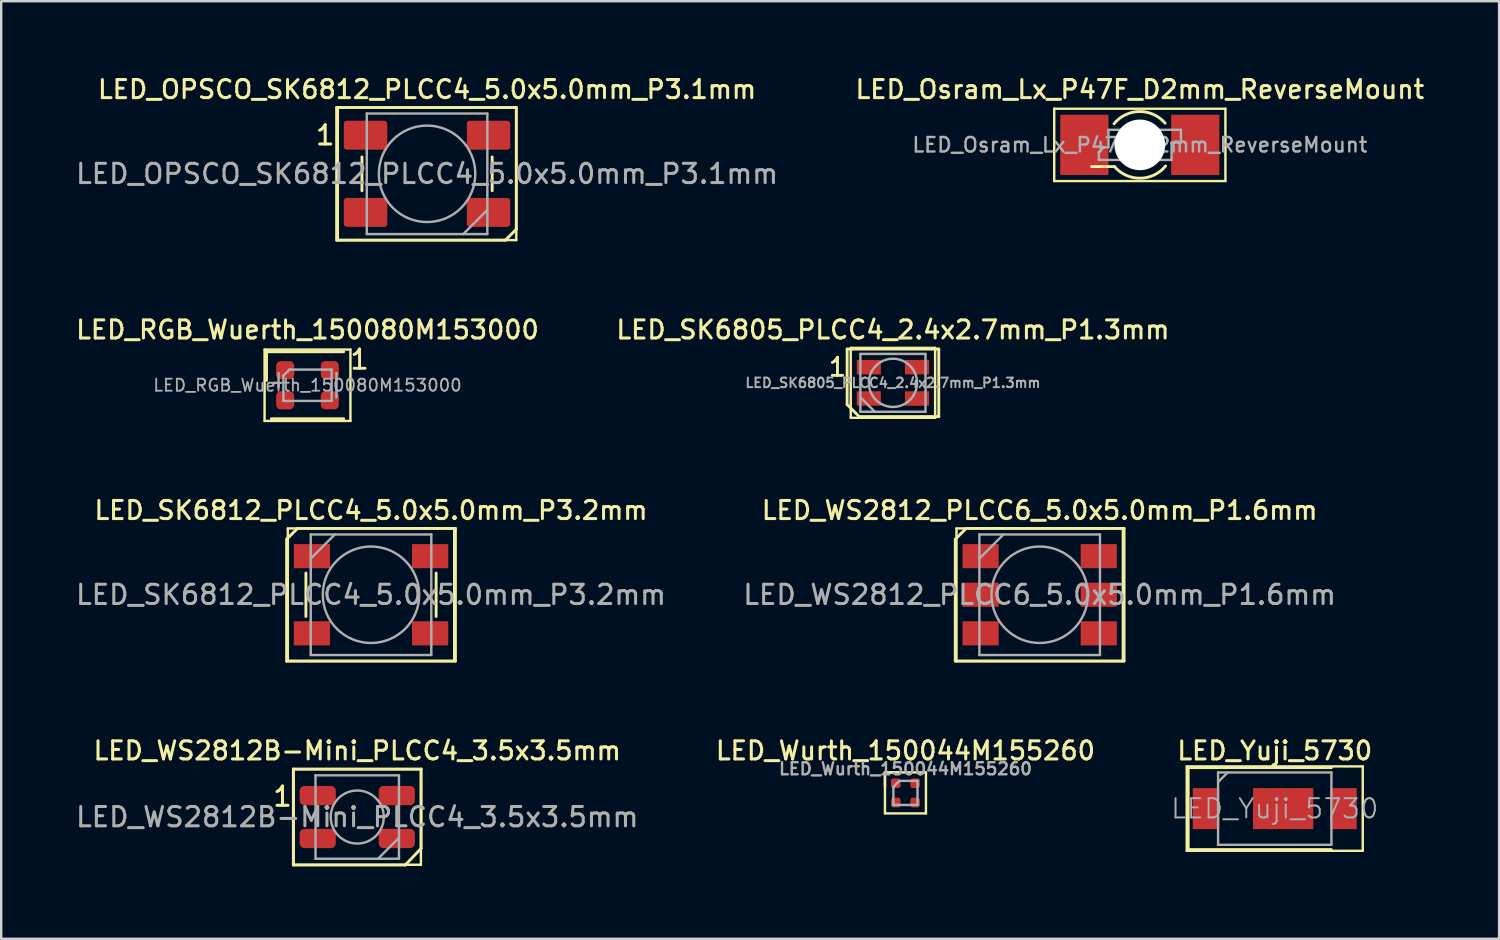
<source format=kicad_pcb>
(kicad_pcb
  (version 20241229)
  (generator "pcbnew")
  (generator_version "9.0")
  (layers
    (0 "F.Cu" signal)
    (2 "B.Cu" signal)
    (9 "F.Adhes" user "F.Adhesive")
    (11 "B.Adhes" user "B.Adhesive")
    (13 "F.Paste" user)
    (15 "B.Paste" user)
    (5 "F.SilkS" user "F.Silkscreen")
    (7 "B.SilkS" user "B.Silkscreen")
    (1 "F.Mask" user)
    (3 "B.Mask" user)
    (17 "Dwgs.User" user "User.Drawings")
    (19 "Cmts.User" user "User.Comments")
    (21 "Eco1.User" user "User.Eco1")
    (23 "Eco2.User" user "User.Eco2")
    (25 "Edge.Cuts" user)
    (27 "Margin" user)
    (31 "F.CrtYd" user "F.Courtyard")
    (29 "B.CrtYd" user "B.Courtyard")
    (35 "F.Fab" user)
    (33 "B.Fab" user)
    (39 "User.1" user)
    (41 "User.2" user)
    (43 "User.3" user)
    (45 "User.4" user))
  (footprint "LED_Yuji_5730"
    (layer "F.Cu")
    (at 49.813 30.483)
    (property "Reference" "LED_Yuji_5730" (at 0 -2.4 0) (layer "F.SilkS") (effects (font (size 0.75 0.75) (thickness 0.125))))
    (attr smd)
    (fp_line (start -3.65 -1.75) (end 3.65 -1.75) (stroke (width 0.1) (type solid)) (layer "F.SilkS"))
    (fp_line (start -3.65 1.75) (end -3.65 -1.75) (stroke (width 0.1) (type solid)) (layer "F.SilkS"))
    (fp_line (start -3.59 -1.7) (end 2.35 -1.7) (stroke (width 0.12) (type solid)) (layer "F.SilkS"))
    (fp_line (start -3.59 1.7) (end -3.59 -1.7) (stroke (width 0.12) (type solid)) (layer "F.SilkS"))
    (fp_line (start 2.35 1.7) (end -3.59 1.7) (stroke (width 0.12) (type solid)) (layer "F.SilkS"))
    (fp_line (start 3.65 -1.75) (end 3.65 1.75) (stroke (width 0.1) (type solid)) (layer "F.SilkS"))
    (fp_line (start 3.65 1.75) (end -3.65 1.75) (stroke (width 0.1) (type solid)) (layer "F.SilkS"))
    (fp_line (start -2.35 -1.5) (end 2.35 -1.5) (stroke (width 0.1) (type solid)) (layer "F.Fab"))
    (fp_line (start -2.35 -1.1) (end -1.95 -1.5) (stroke (width 0.1) (type solid)) (layer "F.Fab"))
    (fp_line (start -2.35 1.5) (end -2.35 -1.5) (stroke (width 0.1) (type solid)) (layer "F.Fab"))
    (fp_line (start 2.35 -1.5) (end 2.35 1.5) (stroke (width 0.1) (type solid)) (layer "F.Fab"))
    (fp_line (start 2.35 1.5) (end -2.35 1.5) (stroke (width 0.1) (type solid)) (layer "F.Fab"))
    (fp_text user "${REFERENCE}" (at 0 0 0) (layer "F.Fab") (effects (font (size 0.8 0.8) (thickness 0.08))))
    (pad "1" smd rect (at -2.85 0) (size 1.1 1.7) (layers "F.Cu" "F.Mask" "F.Paste"))
    (pad "2" smd rect (at 0.35 0) (size 2.5 1.7) (layers "F.Cu" "F.Mask" "F.Paste"))
    (pad "2" smd rect (at 2.85 0) (size 1.1 1.7) (layers "F.Cu" "F.Mask" "F.Paste")))
  (footprint "LED_WS2812_PLCC6_5.0x5.0mm_P1.6mm"
    (layer "F.Cu")
    (at 40.065 21.614)
    (property "Reference" "LED_WS2812_PLCC6_5.0x5.0mm_P1.6mm" (at 0 -3.5 0) (layer "F.SilkS") (effects (font (size 0.75 0.75) (thickness 0.125))))
    (attr smd)
    (fp_line (start -3.5 -2.3) (end -3.5 2.75) (stroke (width 0.12) (type default)) (layer "F.SilkS"))
    (fp_line (start -3.45 -2.75) (end -3.45 2.75) (stroke (width 0.1) (type solid)) (layer "F.SilkS"))
    (fp_line (start -3.45 2.75) (end 3.45 2.75) (stroke (width 0.1) (type solid)) (layer "F.SilkS"))
    (fp_line (start -3.05 -2.75) (end -3.5 -2.3) (stroke (width 0.12) (type default)) (layer "F.SilkS"))
    (fp_line (start 3.45 -2.75) (end -3.45 -2.75) (stroke (width 0.1) (type solid)) (layer "F.SilkS"))
    (fp_line (start 3.45 2.75) (end 3.45 -2.75) (stroke (width 0.1) (type solid)) (layer "F.SilkS"))
    (fp_line (start 3.5 -2.75) (end -3.05 -2.75) (stroke (width 0.12) (type solid)) (layer "F.SilkS"))
    (fp_line (start 3.5 2.75) (end -3.5 2.75) (stroke (width 0.12) (type solid)) (layer "F.SilkS"))
    (fp_line (start 3.5 2.75) (end 3.5 -2.75) (stroke (width 0.12) (type default)) (layer "F.SilkS"))
    (fp_line (start -2.5 -2.5) (end 2.5 -2.5) (stroke (width 0.1) (type solid)) (layer "F.Fab"))
    (fp_line (start -2.5 -1.5) (end -1.5 -2.5) (stroke (width 0.1) (type solid)) (layer "F.Fab"))
    (fp_line (start -2.5 2.5) (end -2.5 -2.5) (stroke (width 0.1) (type solid)) (layer "F.Fab"))
    (fp_line (start 2.5 -2.5) (end 2.5 2.5) (stroke (width 0.1) (type solid)) (layer "F.Fab"))
    (fp_line (start 2.5 2.5) (end -2.5 2.5) (stroke (width 0.1) (type solid)) (layer "F.Fab"))
    (fp_circle (center 0 0) (end 0 -2) (stroke (width 0.1) (type solid)) (fill no) (layer "F.Fab"))
    (fp_text user "${REFERENCE}" (at 0 0 0) (layer "F.Fab") (effects (font (size 0.8 0.8) (thickness 0.125))))
    (pad "1" smd rect (at -2.45 -1.6) (size 1.5 1) (layers "F.Cu" "F.Mask" "F.Paste"))
    (pad "2" smd rect (at -2.45 0) (size 1.5 1) (layers "F.Cu" "F.Mask" "F.Paste"))
    (pad "3" smd rect (at -2.45 1.6) (size 1.5 1) (layers "F.Cu" "F.Mask" "F.Paste"))
    (pad "4" smd rect (at 2.45 1.6) (size 1.5 1) (layers "F.Cu" "F.Mask" "F.Paste"))
    (pad "5" smd rect (at 2.45 0) (size 1.5 1) (layers "F.Cu" "F.Mask" "F.Paste"))
    (pad "6" smd rect (at 2.45 -1.6) (size 1.5 1) (layers "F.Cu" "F.Mask" "F.Paste")))
  (footprint "LED_SK6812_PLCC4_5.0x5.0mm_P3.2mm"
    (layer "F.Cu")
    (at 12.336 21.614)
    (property "Reference" "LED_SK6812_PLCC4_5.0x5.0mm_P3.2mm" (at 0 -3.5 0) (layer "F.SilkS") (effects (font (size 0.75 0.75) (thickness 0.125))))
    (attr smd)
    (fp_line (start -3.5 -2.3) (end -3.5 2.75) (stroke (width 0.12) (type default)) (layer "F.SilkS"))
    (fp_line (start -3.45 -2.75) (end -3.45 2.75) (stroke (width 0.1) (type solid)) (layer "F.SilkS"))
    (fp_line (start -3.45 2.75) (end 3.45 2.75) (stroke (width 0.1) (type solid)) (layer "F.SilkS"))
    (fp_line (start -3.05 -2.75) (end -3.5 -2.3) (stroke (width 0.12) (type default)) (layer "F.SilkS"))
    (fp_line (start -2.7 -0.9) (end -2.7 0.9) (stroke (width 0.12) (type default)) (layer "F.SilkS"))
    (fp_line (start 2.7 -0.9) (end 2.7 0.9) (stroke (width 0.12) (type default)) (layer "F.SilkS"))
    (fp_line (start 3.45 -2.75) (end -3.45 -2.75) (stroke (width 0.1) (type solid)) (layer "F.SilkS"))
    (fp_line (start 3.45 2.75) (end 3.45 -2.75) (stroke (width 0.1) (type solid)) (layer "F.SilkS"))
    (fp_line (start 3.5 -2.75) (end -3.05 -2.75) (stroke (width 0.12) (type solid)) (layer "F.SilkS"))
    (fp_line (start 3.5 2.75) (end -3.5 2.75) (stroke (width 0.12) (type solid)) (layer "F.SilkS"))
    (fp_line (start 3.5 2.75) (end 3.5 -2.75) (stroke (width 0.12) (type default)) (layer "F.SilkS"))
    (fp_line (start -2.5 -2.5) (end -2.5 2.5) (stroke (width 0.1) (type solid)) (layer "F.Fab"))
    (fp_line (start -2.5 -1.5) (end -1.5 -2.5) (stroke (width 0.1) (type solid)) (layer "F.Fab"))
    (fp_line (start -2.5 2.5) (end 2.5 2.5) (stroke (width 0.1) (type solid)) (layer "F.Fab"))
    (fp_line (start 2.5 -2.5) (end -2.5 -2.5) (stroke (width 0.1) (type solid)) (layer "F.Fab"))
    (fp_line (start 2.5 2.5) (end 2.5 -2.5) (stroke (width 0.1) (type solid)) (layer "F.Fab"))
    (fp_circle (center 0 0) (end 0 2) (stroke (width 0.1) (type solid)) (fill no) (layer "F.Fab"))
    (fp_text user "${REFERENCE}" (at 0 0 0) (layer "F.Fab") (effects (font (size 0.8 0.8) (thickness 0.125))))
    (pad "1" smd rect (at -2.45 -1.6 180) (size 1.5 1) (layers "F.Cu" "F.Mask" "F.Paste"))
    (pad "2" smd rect (at -2.45 1.6 180) (size 1.5 1) (layers "F.Cu" "F.Mask" "F.Paste"))
    (pad "3" smd rect (at 2.45 1.6 180) (size 1.5 1) (layers "F.Cu" "F.Mask" "F.Paste"))
    (pad "4" smd rect (at 2.45 -1.6 180) (size 1.5 1) (layers "F.Cu" "F.Mask" "F.Paste")))
  (footprint "LED_SK6805_PLCC4_2.4x2.7mm_P1.3mm"
    (layer "F.Cu")
    (at 33.98 12.826)
    (property "Reference" "LED_SK6805_PLCC4_2.4x2.7mm_P1.3mm" (at 0 -2.2 0) (layer "F.SilkS") (effects (font (size 0.75 0.75) (thickness 0.125))))
    (attr smd)
    (fp_line (start -1.9 -1.4) (end -1.9 0.9) (stroke (width 0.12) (type solid)) (layer "F.SilkS"))
    (fp_line (start -1.9 -1.4) (end 1.9 -1.4) (stroke (width 0.12) (type solid)) (layer "F.SilkS"))
    (fp_line (start -1.9 0.9) (end -1.4 1.4) (stroke (width 0.12) (type default)) (layer "F.SilkS"))
    (fp_line (start -1.75 -1.45) (end -1.75 1.45) (stroke (width 0.1) (type solid)) (layer "F.SilkS"))
    (fp_line (start -1.75 1.45) (end 1.75 1.45) (stroke (width 0.1) (type solid)) (layer "F.SilkS"))
    (fp_line (start 1.75 -1.45) (end -1.75 -1.45) (stroke (width 0.1) (type solid)) (layer "F.SilkS"))
    (fp_line (start 1.75 1.45) (end 1.75 -1.45) (stroke (width 0.1) (type solid)) (layer "F.SilkS"))
    (fp_line (start 1.9 1.4) (end -1.4 1.4) (stroke (width 0.12) (type solid)) (layer "F.SilkS"))
    (fp_line (start 1.9 1.4) (end 1.9 -1.4) (stroke (width 0.12) (type solid)) (layer "F.SilkS"))
    (fp_line (start -1.35 -1.2) (end -1.35 1.2) (stroke (width 0.1) (type solid)) (layer "F.Fab"))
    (fp_line (start -1.35 0.6) (end -0.75 1.2) (stroke (width 0.1) (type solid)) (layer "F.Fab"))
    (fp_line (start -1.35 1.2) (end 1.35 1.2) (stroke (width 0.1) (type solid)) (layer "F.Fab"))
    (fp_line (start 1.35 -1.2) (end -1.35 -1.2) (stroke (width 0.1) (type solid)) (layer "F.Fab"))
    (fp_line (start 1.35 1.2) (end 1.35 -1.2) (stroke (width 0.1) (type solid)) (layer "F.Fab"))
    (fp_circle (center 0 0) (end 0 -1) (stroke (width 0.1) (type solid)) (fill no) (layer "F.Fab"))
    (fp_text user "1" (at -2.3 -0.65 0) (unlocked yes) (layer "F.SilkS") (effects (font (size 0.75 0.75) (thickness 0.12))))
    (fp_text user "${REFERENCE}" (at 0 0 0) (layer "F.Fab") (effects (font (size 0.4 0.4) (thickness 0.08))))
    (pad "1" smd rect (at -1 -0.65) (size 1 0.6) (layers "F.Cu" "F.Mask" "F.Paste"))
    (pad "2" smd rect (at -1 0.65) (size 1 0.6) (layers "F.Cu" "F.Mask" "F.Paste"))
    (pad "3" smd rect (at 1 0.65) (size 1 0.6) (layers "F.Cu" "F.Mask" "F.Paste"))
    (pad "4" smd rect (at 1 -0.65) (size 1 0.6) (layers "F.Cu" "F.Mask" "F.Paste")))
  (footprint "LED_OPSCO_SK6812_PLCC4_5.0x5.0mm_P3.1mm"
    (layer "F.Cu")
    (at 14.66 4.158)
    (property "Reference" "LED_OPSCO_SK6812_PLCC4_5.0x5.0mm_P3.1mm" (at 0 -3.5 0) (layer "F.SilkS") (effects (font (size 0.75 0.75) (thickness 0.125))))
    (attr smd)
    (fp_line (start -3.75 -2.75) (end -3.75 2.75) (stroke (width 0.12) (type default)) (layer "F.SilkS"))
    (fp_line (start -3.75 -2.75) (end 3.7 -2.75) (stroke (width 0.12) (type solid)) (layer "F.SilkS"))
    (fp_line (start -3.75 2.75) (end 3.25 2.75) (stroke (width 0.12) (type solid)) (layer "F.SilkS"))
    (fp_line (start -3.7 -2.75) (end -3.7 2.75) (stroke (width 0.1) (type solid)) (layer "F.SilkS"))
    (fp_line (start -3.7 2.75) (end 3.7 2.75) (stroke (width 0.1) (type solid)) (layer "F.SilkS"))
    (fp_line (start -2.7 0.7) (end -2.7 -0.7) (stroke (width 0.12) (type default)) (layer "F.SilkS"))
    (fp_line (start 2.7 0.7) (end 2.7 -0.7) (stroke (width 0.12) (type default)) (layer "F.SilkS"))
    (fp_line (start 3.25 2.75) (end 3.7 2.3) (stroke (width 0.12) (type default)) (layer "F.SilkS"))
    (fp_line (start 3.7 -2.75) (end -3.7 -2.75) (stroke (width 0.1) (type solid)) (layer "F.SilkS"))
    (fp_line (start 3.7 2.3) (end 3.7 -2.75) (stroke (width 0.12) (type default)) (layer "F.SilkS"))
    (fp_line (start 3.7 2.75) (end 3.7 -2.75) (stroke (width 0.1) (type solid)) (layer "F.SilkS"))
    (fp_line (start -2.5 -2.5) (end -2.5 2.5) (stroke (width 0.1) (type solid)) (layer "F.Fab"))
    (fp_line (start -2.5 2.5) (end 2.5 2.5) (stroke (width 0.1) (type solid)) (layer "F.Fab"))
    (fp_line (start 2.5 -2.5) (end -2.5 -2.5) (stroke (width 0.1) (type solid)) (layer "F.Fab"))
    (fp_line (start 2.5 1.5) (end 1.5 2.5) (stroke (width 0.1) (type solid)) (layer "F.Fab"))
    (fp_line (start 2.5 2.5) (end 2.5 -2.5) (stroke (width 0.1) (type solid)) (layer "F.Fab"))
    (fp_circle (center 0 0) (end 0 -2) (stroke (width 0.1) (type solid)) (fill no) (layer "F.Fab"))
    (fp_text user "1" (at -4.225 -1.6 0) (unlocked yes) (layer "F.SilkS") (effects (font (size 0.8 0.8) (thickness 0.125))))
    (fp_text user "${REFERENCE}" (at 0 0 0) (layer "F.Fab") (effects (font (size 0.8 0.8) (thickness 0.125))))
    (pad "1" smd roundrect (at -2.55 -1.6) (size 1.8 1.2) (layers "F.Cu" "F.Mask" "F.Paste") (roundrect_rratio 0.1))
    (pad "2" smd roundrect (at -2.55 1.6) (size 1.8 1.2) (layers "F.Cu" "F.Mask" "F.Paste") (roundrect_rratio 0.1))
    (pad "3" smd roundrect (at 2.55 1.6) (size 1.8 1.2) (layers "F.Cu" "F.Mask" "F.Paste") (roundrect_rratio 0.1))
    (pad "4" smd roundrect (at 2.55 -1.6) (size 1.8 1.2) (layers "F.Cu" "F.Mask" "F.Paste") (roundrect_rratio 0.1)))
  (footprint "LED_RGB_Wuerth_150080M153000"
    (layer "F.Cu")
    (at 9.702 12.926)
    (property "Reference" "LED_RGB_Wuerth_150080M153000" (at 0 -2.3 0) (layer "F.SilkS") (effects (font (size 0.75 0.75) (thickness 0.125))))
    (attr smd)
    (fp_line (start -1.78 -1.48) (end -1.78 1.48) (stroke (width 0.1) (type solid)) (layer "F.SilkS"))
    (fp_line (start -1.78 1.48) (end 1.78 1.48) (stroke (width 0.1) (type solid)) (layer "F.SilkS"))
    (fp_line (start -1.7 -0.2) (end -1.7 -1.4) (stroke (width 0.12) (type solid)) (layer "F.SilkS"))
    (fp_line (start 1.5 -1.39) (end -1.69 -1.39) (stroke (width 0.12) (type solid)) (layer "F.SilkS"))
    (fp_line (start 1.5 1.39) (end -1.5 1.39) (stroke (width 0.12) (type solid)) (layer "F.SilkS"))
    (fp_line (start 1.78 -1.48) (end -1.78 -1.48) (stroke (width 0.1) (type solid)) (layer "F.SilkS"))
    (fp_line (start 1.78 1.48) (end 1.78 -1.48) (stroke (width 0.1) (type solid)) (layer "F.SilkS"))
    (fp_line (start -1.2 -0.1) (end -1.4 -0.1) (stroke (width 0.1) (type solid)) (layer "F.Fab"))
    (fp_line (start -1.2 0.1) (end -1.2 -0.5) (stroke (width 0.1) (type solid)) (layer "F.Fab"))
    (fp_line (start -1 -0.4) (end -0.75 -0.65) (stroke (width 0.1) (type solid)) (layer "F.Fab"))
    (fp_line (start -1 0.65) (end -1 -0.4) (stroke (width 0.1) (type solid)) (layer "F.Fab"))
    (fp_line (start -0.75 -0.65) (end 1 -0.65) (stroke (width 0.1) (type solid)) (layer "F.Fab"))
    (fp_line (start 1 -0.65) (end 1 0.65) (stroke (width 0.1) (type solid)) (layer "F.Fab"))
    (fp_line (start 1 0.65) (end -1 0.65) (stroke (width 0.1) (type solid)) (layer "F.Fab"))
    (fp_line (start 1.2 0.5) (end 1.2 -0.5) (stroke (width 0.1) (type solid)) (layer "F.Fab"))
    (fp_text user "1" (at 1.7 -0.6 0) (unlocked yes) (layer "F.SilkS") (effects (font (size 0.8 0.8) (thickness 0.12)) (justify left bottom)))
    (fp_text user "${REFERENCE}" (at 0 0 0) (layer "F.Fab") (effects (font (size 0.5 0.5) (thickness 0.075))))
    (pad "1" smd roundrect (at 0.925 -0.625 180) (size 0.75 0.75) (layers "F.Cu" "F.Mask" "F.Paste") (roundrect_rratio 0.25))
    (pad "2" smd roundrect (at 0.925 0.625 180) (size 0.75 0.75) (layers "F.Cu" "F.Mask" "F.Paste") (roundrect_rratio 0.25))
    (pad "3" smd roundrect (at -0.925 0.625 180) (size 0.75 0.75) (layers "F.Cu" "F.Mask" "F.Paste") (roundrect_rratio 0.25))
    (pad "4" smd roundrect (at -0.925 -0.625 180) (size 0.75 0.75) (layers "F.Cu" "F.Mask" "F.Paste") (roundrect_rratio 0.25)))
  (footprint "LED_Wurth_150044M155260"
    (layer "F.Cu")
    (at 34.499 29.832)
    (property "Reference" "LED_Wurth_150044M155260" (at 0 -1.75 0) (layer "F.SilkS") (effects (font (size 0.75 0.75) (thickness 0.125))))
    (attr smd)
    (fp_line (start -0.85 -0.85) (end -0.85 -0.25) (stroke (width 0.1) (type solid)) (layer "F.SilkS"))
    (fp_line (start -0.85 -0.85) (end -0.85 0.85) (stroke (width 0.1) (type solid)) (layer "F.SilkS"))
    (fp_line (start -0.85 0.85) (end 0.85 0.85) (stroke (width 0.1) (type solid)) (layer "F.SilkS"))
    (fp_line (start -0.25 -0.85) (end -0.85 -0.85) (stroke (width 0.1) (type solid)) (layer "F.SilkS"))
    (fp_line (start 0.85 -0.85) (end -0.85 -0.85) (stroke (width 0.1) (type solid)) (layer "F.SilkS"))
    (fp_line (start 0.85 0.85) (end 0.85 -0.85) (stroke (width 0.1) (type solid)) (layer "F.SilkS"))
    (fp_line (start -0.5 -0.25) (end -0.5 0.5) (stroke (width 0.1) (type solid)) (layer "F.Fab"))
    (fp_line (start -0.5 0.5) (end 0.5 0.5) (stroke (width 0.1) (type solid)) (layer "F.Fab"))
    (fp_line (start -0.25 -0.5) (end -0.5 -0.25) (stroke (width 0.1) (type solid)) (layer "F.Fab"))
    (fp_line (start 0.5 -0.5) (end -0.25 -0.5) (stroke (width 0.1) (type solid)) (layer "F.Fab"))
    (fp_line (start 0.5 0.5) (end 0.5 -0.5) (stroke (width 0.1) (type solid)) (layer "F.Fab"))
    (fp_text user "${REFERENCE}" (at 0 -1 0) (layer "F.Fab") (effects (font (size 0.5 0.5) (thickness 0.1))))
    (pad "1" smd roundrect (at -0.4 -0.4) (size 0.4 0.4) (layers "F.Cu" "F.Mask" "F.Paste") (roundrect_rratio 0.25))
    (pad "2" smd roundrect (at 0.4 -0.4) (size 0.4 0.4) (layers "F.Cu" "F.Mask" "F.Paste") (roundrect_rratio 0.25))
    (pad "3" smd roundrect (at 0.4 0.4) (size 0.4 0.4) (layers "F.Cu" "F.Mask" "F.Paste") (roundrect_rratio 0.25))
    (pad "4" smd roundrect (at -0.4 0.4) (size 0.4 0.4) (layers "F.Cu" "F.Mask" "F.Paste") (roundrect_rratio 0.25)))
  (footprint "LED_WS2812B-Mini_PLCC4_3.5x3.5mm"
    (layer "F.Cu")
    (at 11.765 30.832)
    (property "Reference" "LED_WS2812B-Mini_PLCC4_3.5x3.5mm" (at 0 -2.75 0) (layer "F.SilkS") (effects (font (size 0.75 0.75) (thickness 0.125))))
    (attr smd)
    (fp_line (start -2.65 -1.99) (end -2.65 1.99) (stroke (width 0.12) (type default)) (layer "F.SilkS"))
    (fp_line (start -2.65 -1.99) (end 2.65 -1.99) (stroke (width 0.12) (type solid)) (layer "F.SilkS"))
    (fp_line (start -2.65 1.99) (end 1.99 1.99) (stroke (width 0.12) (type solid)) (layer "F.SilkS"))
    (fp_line (start -2.64 -1.98) (end -2.64 1.98) (stroke (width 0.1) (type solid)) (layer "F.SilkS"))
    (fp_line (start -2.64 1.98) (end 2.64 1.98) (stroke (width 0.1) (type solid)) (layer "F.SilkS"))
    (fp_line (start 2.64 -1.98) (end -2.64 -1.98) (stroke (width 0.1) (type solid)) (layer "F.SilkS"))
    (fp_line (start 2.64 1.98) (end 2.64 -1.98) (stroke (width 0.1) (type solid)) (layer "F.SilkS"))
    (fp_line (start 2.65 1.3) (end 1.99 1.99) (stroke (width 0.12) (type default)) (layer "F.SilkS"))
    (fp_line (start 2.65 1.3) (end 2.65 -1.99) (stroke (width 0.12) (type solid)) (layer "F.SilkS"))
    (fp_line (start -1.73 -1.73) (end -1.73 1.73) (stroke (width 0.1) (type solid)) (layer "F.Fab"))
    (fp_line (start -1.73 1.73) (end 1.73 1.73) (stroke (width 0.1) (type solid)) (layer "F.Fab"))
    (fp_line (start 1.73 -1.73) (end -1.73 -1.73) (stroke (width 0.1) (type solid)) (layer "F.Fab"))
    (fp_line (start 1.73 0.86) (end 0.86 1.73) (stroke (width 0.1) (type solid)) (layer "F.Fab"))
    (fp_line (start 1.73 1.73) (end 1.73 -1.73) (stroke (width 0.1) (type solid)) (layer "F.Fab"))
    (fp_circle (center 0 0) (end 1.1 0) (stroke (width 0.1) (type solid)) (fill no) (layer "F.Fab"))
    (fp_text user "1" (at -3.1 -0.85 0) (unlocked yes) (layer "F.SilkS") (effects (font (size 0.8 0.8) (thickness 0.125))))
    (fp_text user "${REFERENCE}" (at 0 0 0) (layer "F.Fab") (effects (font (size 0.8 0.8) (thickness 0.125))))
    (pad "1" smd roundrect (at -1.64 -0.89) (size 1.5 0.8) (layers "F.Cu" "F.Mask" "F.Paste") (roundrect_rratio 0.25))
    (pad "2" smd roundrect (at -1.64 0.89) (size 1.5 0.8) (layers "F.Cu" "F.Mask" "F.Paste") (roundrect_rratio 0.25))
    (pad "3" smd roundrect (at 1.64 0.89) (size 1.5 0.8) (layers "F.Cu" "F.Mask" "F.Paste") (roundrect_rratio 0.25))
    (pad "4" smd roundrect (at 1.64 -0.89) (size 1.5 0.8) (layers "F.Cu" "F.Mask" "F.Paste") (roundrect_rratio 0.25)))
  (footprint "LED_Osram_Lx_P47F_D2mm_ReverseMount"
    (layer "F.Cu")
    (at 44.218 2.958)
    (property "Reference" "LED_Osram_Lx_P47F_D2mm_ReverseMount" (at 0 -2.3 0) (layer "F.SilkS") (effects (font (size 0.75 0.75) (thickness 0.125))))
    (attr smd)
    (fp_line (start -3.55 -1.5) (end 3.55 -1.5) (stroke (width 0.1) (type solid)) (layer "F.SilkS"))
    (fp_line (start -3.55 1.5) (end -3.55 -1.5) (stroke (width 0.1) (type solid)) (layer "F.SilkS"))
    (fp_line (start -2 0.9) (end -1.05 0.9) (stroke (width 0.12) (type solid)) (layer "F.SilkS"))
    (fp_line (start 3.55 -1.5) (end 3.55 1.5) (stroke (width 0.1) (type solid)) (layer "F.SilkS"))
    (fp_line (start 3.55 1.5) (end -3.55 1.5) (stroke (width 0.1) (type solid)) (layer "F.SilkS"))
    (fp_arc (start -1.068658 -0.877765) (mid -0.014513 -1.382856) (end 1.05 -0.9) (stroke (width 0.12) (type solid)) (layer "F.SilkS"))
    (fp_arc (start 1.068658 0.877765) (mid 0.014513 1.382856) (end -1.05 0.9) (stroke (width 0.12) (type solid)) (layer "F.SilkS"))
    (fp_line (start -1.7 0.3) (end -1.7 0.625) (stroke (width 0.1) (type solid)) (layer "F.Fab"))
    (fp_line (start -1.7 0.3) (end -1.5 0.1) (stroke (width 0.1) (type solid)) (layer "F.Fab"))
    (fp_line (start -1.5 0.1) (end -1.3 0.1) (stroke (width 0.1) (type solid)) (layer "F.Fab"))
    (fp_line (start -1.3 -0.625) (end -0.715 -0.625) (stroke (width 0.1) (type solid)) (layer "F.Fab"))
    (fp_line (start -1.3 0.1) (end -1.3 -0.625) (stroke (width 0.1) (type solid)) (layer "F.Fab"))
    (fp_line (start -0.715 0.625) (end -1.7 0.625) (stroke (width 0.1) (type solid)) (layer "F.Fab"))
    (fp_line (start 0.715 -0.625) (end 1.705 -0.625) (stroke (width 0.1) (type solid)) (layer "F.Fab"))
    (fp_line (start 0.715 0.625) (end 1.315 0.625) (stroke (width 0.1) (type solid)) (layer "F.Fab"))
    (fp_line (start 1.315 -0.095) (end 1.315 0.625) (stroke (width 0.1) (type solid)) (layer "F.Fab"))
    (fp_line (start 1.705 -0.625) (end 1.705 -0.095) (stroke (width 0.1) (type solid)) (layer "F.Fab"))
    (fp_line (start 1.705 -0.095) (end 1.315 -0.095) (stroke (width 0.1) (type solid)) (layer "F.Fab"))
    (fp_arc (start -0.714073 -0.626059) (mid 0.000704 -0.949658) (end 0.715 -0.625) (stroke (width 0.1) (type solid)) (layer "F.Fab"))
    (fp_arc (start 0.714073 0.626059) (mid -0.000704 0.949658) (end -0.715 0.625) (stroke (width 0.1) (type solid)) (layer "F.Fab"))
    (fp_text user "${REFERENCE}" (at 0 0 0) (layer "F.Fab") (effects (font (size 0.6 0.6) (thickness 0.1))))
    (pad "" smd rect (at -1.55 0.375) (size 0.5 0.7) (layers "F.Mask" "F.Paste"))
    (pad "" np_thru_hole circle (at 0 0) (size 2.1 2.1) (drill 2.1) (layers "*.Cu" "*.Mask"))
    (pad "" smd rect (at 1.55 -0.375) (size 0.5 0.7) (layers "F.Mask" "F.Paste"))
    (pad "1" smd rect (at -2.3 0) (size 2 2.5) (layers "F.Cu"))
    (pad "2" smd rect (at 2.3 0) (size 2 2.5) (layers "F.Cu")))
  (gr_rect
    (start -3 -3)
    (end 59.116 35.883)
    (stroke (width 0.1) (type default))
    (fill no)
    (layer "Edge.Cuts")))
</source>
